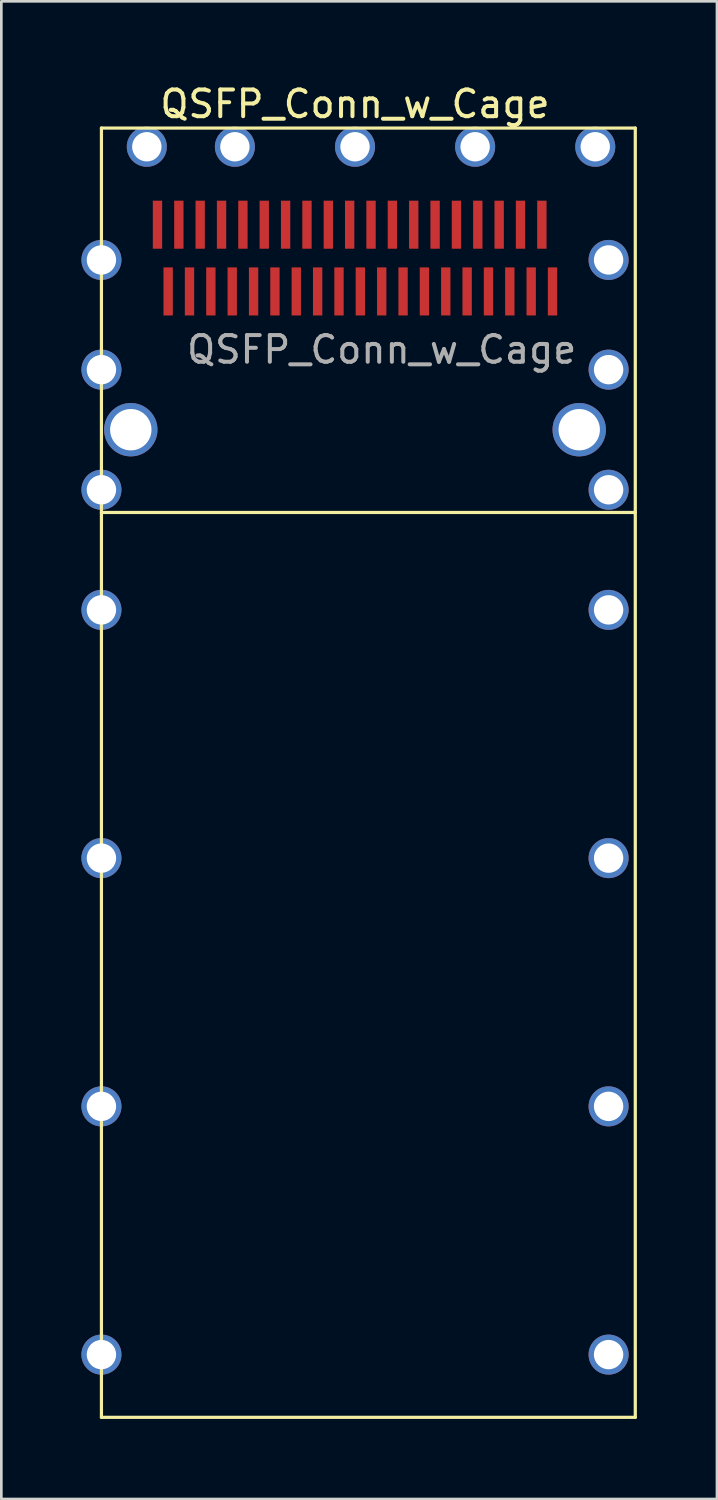
<source format=kicad_pcb>
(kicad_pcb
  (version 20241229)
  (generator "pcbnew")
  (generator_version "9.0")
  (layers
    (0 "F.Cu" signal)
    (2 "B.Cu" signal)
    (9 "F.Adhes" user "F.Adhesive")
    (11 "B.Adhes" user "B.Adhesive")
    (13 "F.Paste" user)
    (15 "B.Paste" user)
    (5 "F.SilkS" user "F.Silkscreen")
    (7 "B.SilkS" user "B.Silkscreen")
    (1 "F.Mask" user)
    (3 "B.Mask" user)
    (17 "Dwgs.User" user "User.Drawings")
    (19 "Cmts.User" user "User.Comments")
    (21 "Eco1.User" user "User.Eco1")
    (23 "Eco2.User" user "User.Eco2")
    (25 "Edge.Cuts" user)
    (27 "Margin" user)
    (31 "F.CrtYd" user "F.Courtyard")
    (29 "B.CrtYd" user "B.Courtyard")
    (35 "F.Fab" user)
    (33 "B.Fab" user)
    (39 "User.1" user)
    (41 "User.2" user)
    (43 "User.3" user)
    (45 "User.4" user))
  (footprint "QSFP_Conn_w_Cage"
    (layer "F.Cu")
    (at 1.85 13.048)
    (property "Reference" "QSFP_Conn_w_Cage" (at 8.4 -12.2 0) (unlocked yes) (layer "F.SilkS") (effects (font (size 1 1) (thickness 0.15))))
    (attr smd)
    (fp_line (start -1.1 -11.3) (end -1.1 37) (stroke (width 0.12) (type solid)) (layer "F.SilkS"))
    (fp_line (start -1.1 3.1) (end 18.9 3.1) (stroke (width 0.12) (type solid)) (layer "F.SilkS"))
    (fp_line (start -1.1 37) (end 18.9 37) (stroke (width 0.12) (type solid)) (layer "F.SilkS"))
    (fp_line (start 18.9 -11.3) (end -1.1 -11.3) (stroke (width 0.12) (type solid)) (layer "F.SilkS"))
    (fp_line (start 18.9 37) (end 18.9 -11.3) (stroke (width 0.12) (type solid)) (layer "F.SilkS"))
    (fp_text user "${REFERENCE}" (at 9.4 -3 0) (unlocked yes) (layer "F.Fab") (effects (font (size 1 1) (thickness 0.15))))
    (pad "1" smd rect (at 1.4 -5.18) (size 0.35 1.8) (layers "F.Cu" "F.Mask" "F.Paste"))
    (pad "2" smd rect (at 2.2 -5.18) (size 0.35 1.8) (layers "F.Cu" "F.Mask" "F.Paste"))
    (pad "3" smd rect (at 3 -5.18) (size 0.35 1.8) (layers "F.Cu" "F.Mask" "F.Paste"))
    (pad "4" smd rect (at 3.8 -5.18) (size 0.35 1.8) (layers "F.Cu" "F.Mask" "F.Paste"))
    (pad "5" smd rect (at 4.6 -5.18) (size 0.35 1.8) (layers "F.Cu" "F.Mask" "F.Paste"))
    (pad "6" smd rect (at 5.4 -5.18) (size 0.35 1.8) (layers "F.Cu" "F.Mask" "F.Paste"))
    (pad "7" smd rect (at 6.2 -5.18) (size 0.35 1.8) (layers "F.Cu" "F.Mask" "F.Paste"))
    (pad "8" smd rect (at 7 -5.18) (size 0.35 1.8) (layers "F.Cu" "F.Mask" "F.Paste"))
    (pad "9" smd rect (at 7.8 -5.18) (size 0.35 1.8) (layers "F.Cu" "F.Mask" "F.Paste"))
    (pad "10" smd rect (at 8.6 -5.18) (size 0.35 1.8) (layers "F.Cu" "F.Mask" "F.Paste"))
    (pad "11" smd rect (at 9.4 -5.18) (size 0.35 1.8) (layers "F.Cu" "F.Mask" "F.Paste"))
    (pad "12" smd rect (at 10.2 -5.18) (size 0.35 1.8) (layers "F.Cu" "F.Mask" "F.Paste"))
    (pad "13" smd rect (at 11 -5.18) (size 0.35 1.8) (layers "F.Cu" "F.Mask" "F.Paste"))
    (pad "14" smd rect (at 11.8 -5.18) (size 0.35 1.8) (layers "F.Cu" "F.Mask" "F.Paste"))
    (pad "15" smd rect (at 12.6 -5.18) (size 0.35 1.8) (layers "F.Cu" "F.Mask" "F.Paste"))
    (pad "16" smd rect (at 13.4 -5.18) (size 0.35 1.8) (layers "F.Cu" "F.Mask" "F.Paste"))
    (pad "17" smd rect (at 14.2 -5.18) (size 0.35 1.8) (layers "F.Cu" "F.Mask" "F.Paste"))
    (pad "18" smd rect (at 15 -5.18) (size 0.35 1.8) (layers "F.Cu" "F.Mask" "F.Paste"))
    (pad "19" smd rect (at 15.8 -5.18) (size 0.35 1.8) (layers "F.Cu" "F.Mask" "F.Paste"))
    (pad "20" smd rect (at 15.4 -7.68) (size 0.35 1.8) (layers "F.Cu" "F.Mask" "F.Paste"))
    (pad "21" smd rect (at 14.6 -7.68) (size 0.35 1.8) (layers "F.Cu" "F.Mask" "F.Paste"))
    (pad "22" smd rect (at 13.8 -7.68) (size 0.35 1.8) (layers "F.Cu" "F.Mask" "F.Paste"))
    (pad "23" smd rect (at 13 -7.68) (size 0.35 1.8) (layers "F.Cu" "F.Mask" "F.Paste"))
    (pad "24" smd rect (at 12.2 -7.68) (size 0.35 1.8) (layers "F.Cu" "F.Mask" "F.Paste"))
    (pad "25" smd rect (at 11.4 -7.68) (size 0.35 1.8) (layers "F.Cu" "F.Mask" "F.Paste"))
    (pad "26" smd rect (at 10.6 -7.68) (size 0.35 1.8) (layers "F.Cu" "F.Mask" "F.Paste"))
    (pad "27" smd rect (at 9.8 -7.68) (size 0.35 1.8) (layers "F.Cu" "F.Mask" "F.Paste"))
    (pad "28" smd rect (at 9 -7.68) (size 0.35 1.8) (layers "F.Cu" "F.Mask" "F.Paste"))
    (pad "29" smd rect (at 8.2 -7.68) (size 0.35 1.8) (layers "F.Cu" "F.Mask" "F.Paste"))
    (pad "30" smd rect (at 7.4 -7.68) (size 0.35 1.8) (layers "F.Cu" "F.Mask" "F.Paste"))
    (pad "31" smd rect (at 6.6 -7.68) (size 0.35 1.8) (layers "F.Cu" "F.Mask" "F.Paste"))
    (pad "32" smd rect (at 5.8 -7.68) (size 0.35 1.8) (layers "F.Cu" "F.Mask" "F.Paste"))
    (pad "33" smd rect (at 5 -7.68) (size 0.35 1.8) (layers "F.Cu" "F.Mask" "F.Paste"))
    (pad "34" smd rect (at 4.2 -7.68) (size 0.35 1.8) (layers "F.Cu" "F.Mask" "F.Paste"))
    (pad "35" smd rect (at 3.4 -7.68) (size 0.35 1.8) (layers "F.Cu" "F.Mask" "F.Paste"))
    (pad "36" smd rect (at 2.6 -7.68) (size 0.35 1.8) (layers "F.Cu" "F.Mask" "F.Paste"))
    (pad "37" smd rect (at 1.8 -7.68) (size 0.35 1.8) (layers "F.Cu" "F.Mask" "F.Paste"))
    (pad "38" smd rect (at 1 -7.68) (size 0.35 1.8) (layers "F.Cu" "F.Mask" "F.Paste"))
    (pad "39" thru_hole circle (at -1.1 -6.36) (size 1.5 1.5) (drill 1.1) (layers "*.Cu" "*.Mask"))
    (pad "39" thru_hole circle (at -1.1 -2.25) (size 1.5 1.5) (drill 1.1) (layers "*.Cu" "*.Mask"))
    (pad "39" thru_hole circle (at -1.1 2.25) (size 1.5 1.5) (drill 1.1) (layers "*.Cu" "*.Mask"))
    (pad "39" thru_hole circle (at -1.1 6.75) (size 1.5 1.5) (drill 1.1) (layers "*.Cu" "*.Mask"))
    (pad "39" thru_hole circle (at -1.1 16.05) (size 1.5 1.5) (drill 1.1) (layers "*.Cu" "*.Mask"))
    (pad "39" thru_hole circle (at -1.1 25.35) (size 1.5 1.5) (drill 1.1) (layers "*.Cu" "*.Mask"))
    (pad "39" thru_hole circle (at -1.1 34.65) (size 1.5 1.5) (drill 1.1) (layers "*.Cu" "*.Mask"))
    (pad "39" thru_hole circle (at 0 0) (size 2 2) (drill 1.55) (layers "*.Cu" "*.Mask"))
    (pad "39" thru_hole circle (at 0.6 -10.6) (size 1.5 1.5) (drill 1.1) (layers "*.Cu" "*.Mask"))
    (pad "39" thru_hole circle (at 3.9 -10.6) (size 1.5 1.5) (drill 1.1) (layers "*.Cu" "*.Mask"))
    (pad "39" thru_hole circle (at 8.4 -10.6) (size 1.5 1.5) (drill 1.1) (layers "*.Cu" "*.Mask"))
    (pad "39" thru_hole circle (at 12.9 -10.6) (size 1.5 1.5) (drill 1.1) (layers "*.Cu" "*.Mask"))
    (pad "39" thru_hole circle (at 16.8 0) (size 2 2) (drill 1.55) (layers "*.Cu" "*.Mask"))
    (pad "39" thru_hole circle (at 17.4 -10.6) (size 1.5 1.5) (drill 1.1) (layers "*.Cu" "*.Mask"))
    (pad "39" thru_hole circle (at 17.9 -6.36) (size 1.5 1.5) (drill 1.1) (layers "*.Cu" "*.Mask"))
    (pad "39" thru_hole circle (at 17.9 -2.25) (size 1.5 1.5) (drill 1.1) (layers "*.Cu" "*.Mask"))
    (pad "39" thru_hole circle (at 17.9 2.25) (size 1.5 1.5) (drill 1.1) (layers "*.Cu" "*.Mask"))
    (pad "39" thru_hole circle (at 17.9 6.75) (size 1.5 1.5) (drill 1.1) (layers "*.Cu" "*.Mask"))
    (pad "39" thru_hole circle (at 17.9 16.05) (size 1.5 1.5) (drill 1.1) (layers "*.Cu" "*.Mask"))
    (pad "39" thru_hole circle (at 17.9 25.35) (size 1.5 1.5) (drill 1.1) (layers "*.Cu" "*.Mask"))
    (pad "39" thru_hole circle (at 17.9 34.65) (size 1.5 1.5) (drill 1.1) (layers "*.Cu" "*.Mask")))
  (gr_rect
    (start -3 -3)
    (end 23.81 53.108)
    (stroke (width 0.1) (type default))
    (fill no)
    (layer "Edge.Cuts")))
</source>
